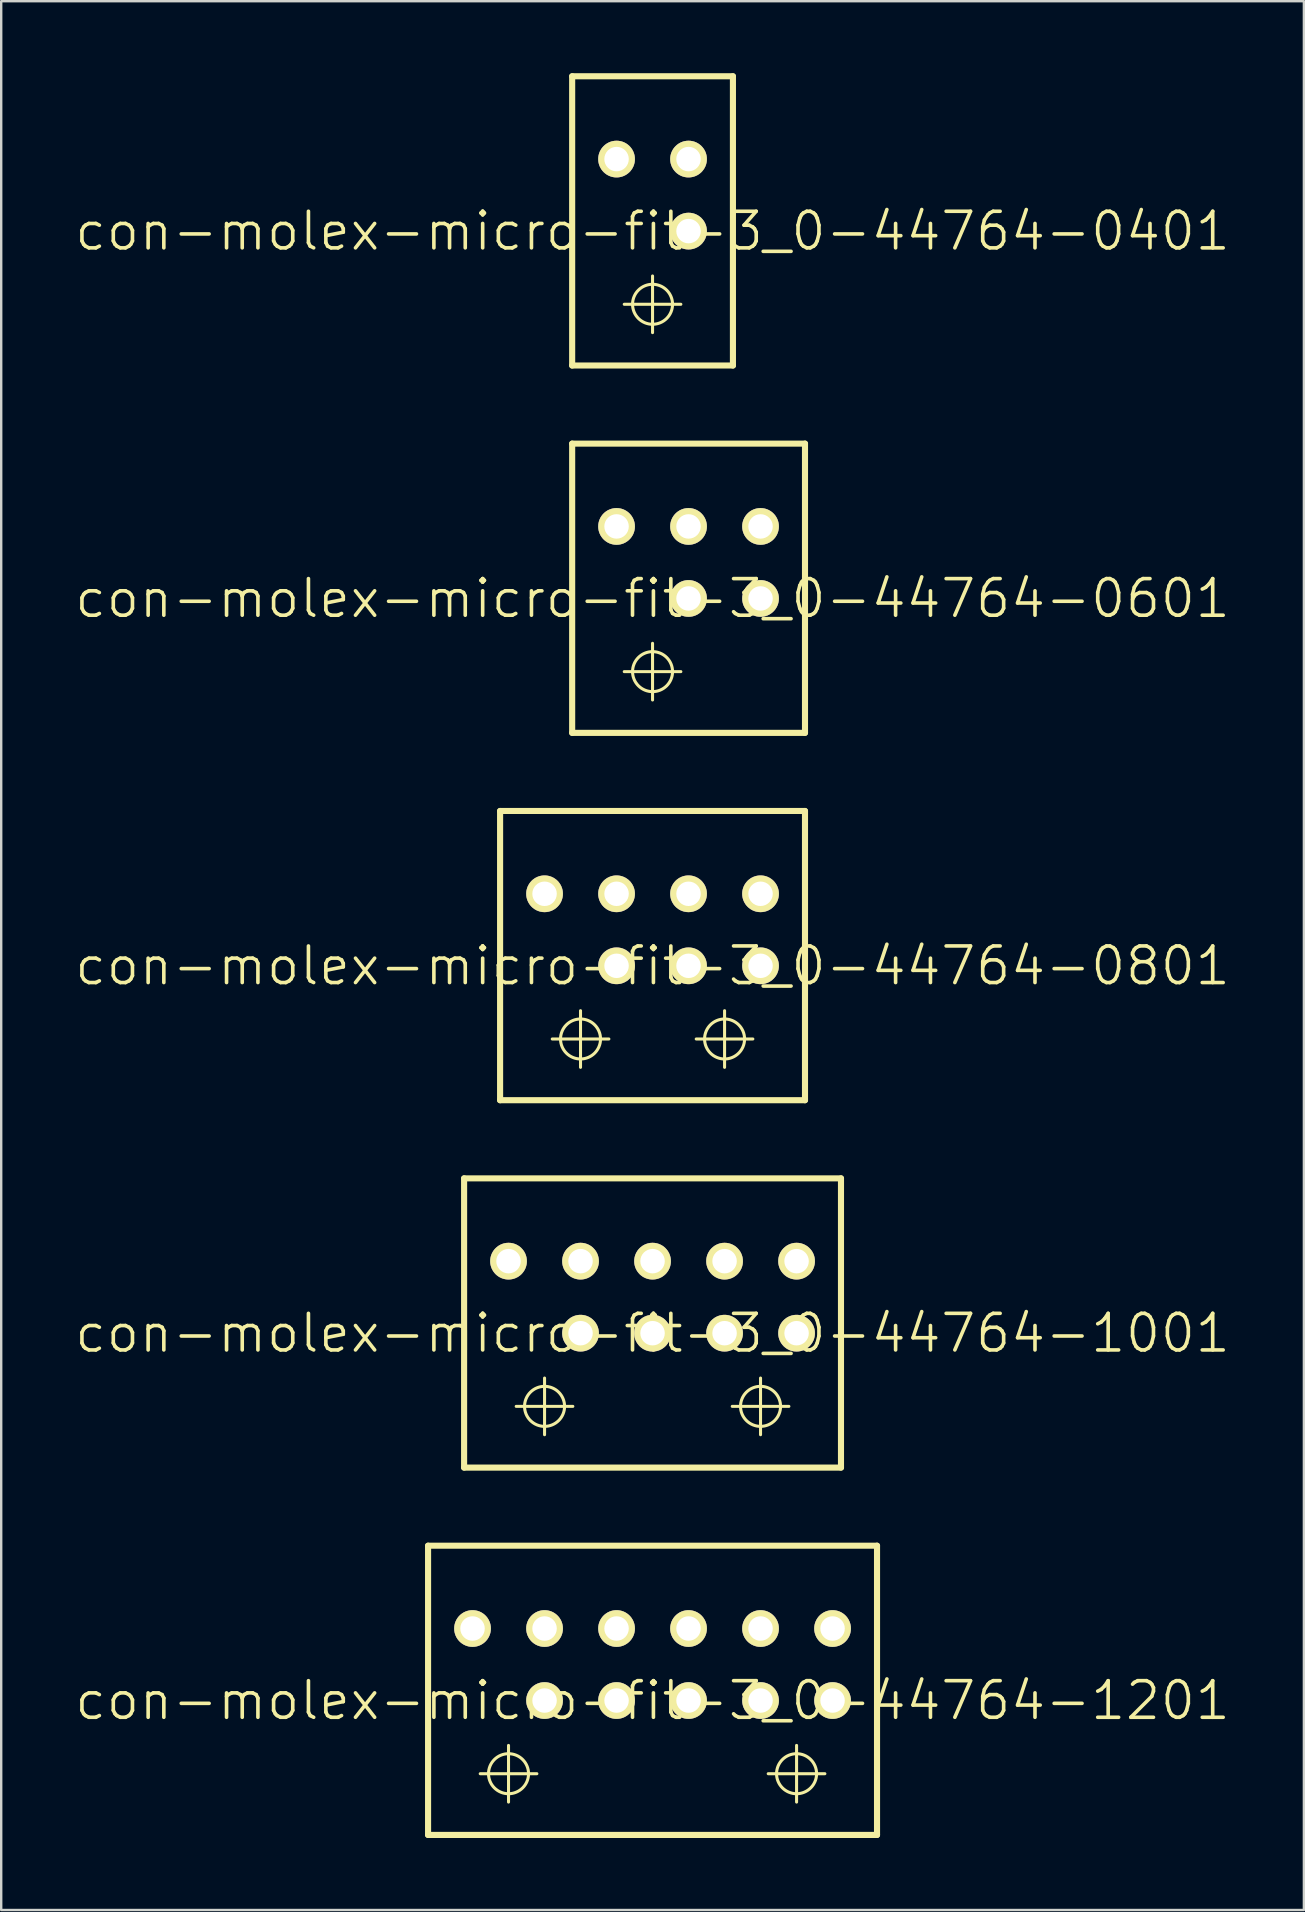
<source format=kicad_pcb>
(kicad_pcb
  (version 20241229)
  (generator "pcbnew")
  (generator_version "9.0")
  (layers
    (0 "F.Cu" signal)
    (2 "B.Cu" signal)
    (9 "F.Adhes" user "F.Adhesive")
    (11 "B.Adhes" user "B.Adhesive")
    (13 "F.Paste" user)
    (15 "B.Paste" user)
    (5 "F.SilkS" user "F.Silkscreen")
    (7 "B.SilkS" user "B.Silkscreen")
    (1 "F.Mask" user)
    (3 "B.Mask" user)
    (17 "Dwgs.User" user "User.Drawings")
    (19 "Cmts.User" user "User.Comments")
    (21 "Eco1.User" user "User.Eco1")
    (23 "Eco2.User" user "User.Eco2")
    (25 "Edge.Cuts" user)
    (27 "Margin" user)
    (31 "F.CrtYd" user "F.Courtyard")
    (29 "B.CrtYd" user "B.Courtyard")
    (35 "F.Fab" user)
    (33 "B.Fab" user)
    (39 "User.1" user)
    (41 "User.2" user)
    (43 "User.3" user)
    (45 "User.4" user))
  (footprint "con-molex-micro-fit-3_0-44764-1001"
    (layer "F.Cu")
    (at 24.13 52.48)
    (property "Reference" "con-molex-micro-fit-3_0-44764-1001" (at 0 0 0) (layer "F.SilkS") (effects (font (size 1.524 1.524) (thickness 0.15))))
    (attr exclude_from_pos_files exclude_from_bom)
    (fp_line (start -7.849 -6.449) (end 7.849 -6.449) (stroke (width 0.254) (type solid)) (layer "F.SilkS"))
    (fp_line (start -7.849 5.598) (end -7.849 -6.449) (stroke (width 0.254) (type solid)) (layer "F.SilkS"))
    (fp_line (start -5.679 3.048) (end -3.32 3.048) (stroke (width 0.127) (type solid)) (layer "F.SilkS"))
    (fp_line (start -4.498 4.229) (end -4.498 1.869) (stroke (width 0.127) (type solid)) (layer "F.SilkS"))
    (fp_line (start 3.32 3.048) (end 5.679 3.048) (stroke (width 0.127) (type solid)) (layer "F.SilkS"))
    (fp_line (start 4.498 4.229) (end 4.498 1.869) (stroke (width 0.127) (type solid)) (layer "F.SilkS"))
    (fp_line (start 7.849 -6.449) (end 7.849 5.598) (stroke (width 0.254) (type solid)) (layer "F.SilkS"))
    (fp_line (start 7.849 5.598) (end -7.849 5.598) (stroke (width 0.254) (type solid)) (layer "F.SilkS"))
    (fp_circle (center -4.498 3.048) (end -5.088 3.637) (stroke (width 0.127) (type solid)) (fill no) (layer "F.SilkS"))
    (fp_circle (center 4.498 3.048) (end 5.088 3.637) (stroke (width 0.127) (type solid)) (fill no) (layer "F.SilkS"))
    (pad "P$1" thru_hole rect (at -5.999 0) (size 0.001 0.001) (drill 1.019) (layers "*.Cu" "F.Mask" "F.SilkS" "F.Paste"))
    (pad "P$2" thru_hole circle (at -3 0) (size 1.529 1.529) (drill 1.019) (layers "*.Cu" "F.Mask" "F.SilkS" "F.Paste"))
    (pad "P$3" thru_hole circle (at 0 0) (size 1.529 1.529) (drill 1.019) (layers "*.Cu" "F.Mask" "F.SilkS" "F.Paste"))
    (pad "P$4" thru_hole circle (at 3 0) (size 1.529 1.529) (drill 1.019) (layers "*.Cu" "F.Mask" "F.SilkS" "F.Paste"))
    (pad "P$5" thru_hole circle (at 5.999 0) (size 1.529 1.529) (drill 1.019) (layers "*.Cu" "F.Mask" "F.SilkS" "F.Paste"))
    (pad "P$6" thru_hole circle (at -5.999 -3) (size 1.529 1.529) (drill 1.019) (layers "*.Cu" "F.Mask" "F.SilkS" "F.Paste"))
    (pad "P$7" thru_hole circle (at -3 -3) (size 1.529 1.529) (drill 1.019) (layers "*.Cu" "F.Mask" "F.SilkS" "F.Paste"))
    (pad "P$8" thru_hole circle (at 0 -3) (size 1.529 1.529) (drill 1.019) (layers "*.Cu" "F.Mask" "F.SilkS" "F.Paste"))
    (pad "P$9" thru_hole circle (at 3 -3) (size 1.529 1.529) (drill 1.019) (layers "*.Cu" "F.Mask" "F.SilkS" "F.Paste"))
    (pad "P$10" thru_hole circle (at 5.999 -3) (size 1.529 1.529) (drill 1.019) (layers "*.Cu" "F.Mask" "F.SilkS" "F.Paste")))
  (footprint "con-molex-micro-fit-3_0-44764-0801"
    (layer "F.Cu")
    (at 24.13 37.178)
    (property "Reference" "con-molex-micro-fit-3_0-44764-0801" (at 0 0 0) (layer "F.SilkS") (effects (font (size 1.524 1.524) (thickness 0.15))))
    (attr exclude_from_pos_files exclude_from_bom)
    (fp_line (start -6.35 -6.449) (end 6.35 -6.449) (stroke (width 0.254) (type solid)) (layer "F.SilkS"))
    (fp_line (start -6.35 5.598) (end -6.35 -6.449) (stroke (width 0.254) (type solid)) (layer "F.SilkS"))
    (fp_line (start -4.178 3.048) (end -1.819 3.048) (stroke (width 0.127) (type solid)) (layer "F.SilkS"))
    (fp_line (start -3 4.229) (end -3 1.869) (stroke (width 0.127) (type solid)) (layer "F.SilkS"))
    (fp_line (start 1.819 3.048) (end 4.178 3.048) (stroke (width 0.127) (type solid)) (layer "F.SilkS"))
    (fp_line (start 3 4.229) (end 3 1.869) (stroke (width 0.127) (type solid)) (layer "F.SilkS"))
    (fp_line (start 6.35 -6.449) (end 6.35 5.598) (stroke (width 0.254) (type solid)) (layer "F.SilkS"))
    (fp_line (start 6.35 5.598) (end -6.35 5.598) (stroke (width 0.254) (type solid)) (layer "F.SilkS"))
    (fp_circle (center -3 3.048) (end -3.589 3.637) (stroke (width 0.127) (type solid)) (fill no) (layer "F.SilkS"))
    (fp_circle (center 3 3.048) (end 3.589 3.637) (stroke (width 0.127) (type solid)) (fill no) (layer "F.SilkS"))
    (pad "P$1" thru_hole rect (at -4.498 0) (size 0.001 0.001) (drill 1.019) (layers "*.Cu" "F.Mask" "F.SilkS" "F.Paste"))
    (pad "P$2" thru_hole circle (at -1.499 0) (size 1.529 1.529) (drill 1.019) (layers "*.Cu" "F.Mask" "F.SilkS" "F.Paste"))
    (pad "P$3" thru_hole circle (at 1.499 0) (size 1.529 1.529) (drill 1.019) (layers "*.Cu" "F.Mask" "F.SilkS" "F.Paste"))
    (pad "P$4" thru_hole circle (at 4.498 0) (size 1.529 1.529) (drill 1.019) (layers "*.Cu" "F.Mask" "F.SilkS" "F.Paste"))
    (pad "P$5" thru_hole circle (at -4.498 -3) (size 1.529 1.529) (drill 1.019) (layers "*.Cu" "F.Mask" "F.SilkS" "F.Paste"))
    (pad "P$6" thru_hole circle (at -1.499 -3) (size 1.529 1.529) (drill 1.019) (layers "*.Cu" "F.Mask" "F.SilkS" "F.Paste"))
    (pad "P$7" thru_hole circle (at 1.499 -3) (size 1.529 1.529) (drill 1.019) (layers "*.Cu" "F.Mask" "F.SilkS" "F.Paste"))
    (pad "P$8" thru_hole circle (at 4.498 -3) (size 1.529 1.529) (drill 1.019) (layers "*.Cu" "F.Mask" "F.SilkS" "F.Paste")))
  (footprint "con-molex-micro-fit-3_0-44764-0401"
    (layer "F.Cu")
    (at 24.13 6.576)
    (property "Reference" "con-molex-micro-fit-3_0-44764-0401" (at 0 0 0) (layer "F.SilkS") (effects (font (size 1.524 1.524) (thickness 0.15))))
    (attr exclude_from_pos_files exclude_from_bom)
    (fp_line (start -3.348 -6.449) (end 3.348 -6.449) (stroke (width 0.254) (type solid)) (layer "F.SilkS"))
    (fp_line (start -3.348 5.598) (end -3.348 -6.449) (stroke (width 0.254) (type solid)) (layer "F.SilkS"))
    (fp_line (start -1.179 3.048) (end 1.179 3.048) (stroke (width 0.127) (type solid)) (layer "F.SilkS"))
    (fp_line (start 0 4.229) (end 0 1.869) (stroke (width 0.127) (type solid)) (layer "F.SilkS"))
    (fp_line (start 3.348 -6.449) (end 3.348 5.598) (stroke (width 0.254) (type solid)) (layer "F.SilkS"))
    (fp_line (start 3.348 5.598) (end -3.348 5.598) (stroke (width 0.254) (type solid)) (layer "F.SilkS"))
    (fp_circle (center 0 3.048) (end -0.589 3.637) (stroke (width 0.127) (type solid)) (fill no) (layer "F.SilkS"))
    (pad "P$1" thru_hole rect (at -1.499 0) (size 0.001 0.001) (drill 1.019) (layers "*.Cu" "F.Mask" "F.SilkS" "F.Paste"))
    (pad "P$2" thru_hole circle (at 1.499 0) (size 1.529 1.529) (drill 1.019) (layers "*.Cu" "F.Mask" "F.SilkS" "F.Paste"))
    (pad "P$3" thru_hole circle (at -1.499 -3) (size 1.529 1.529) (drill 1.019) (layers "*.Cu" "F.Mask" "F.SilkS" "F.Paste"))
    (pad "P$4" thru_hole circle (at 1.499 -3) (size 1.529 1.529) (drill 1.019) (layers "*.Cu" "F.Mask" "F.SilkS" "F.Paste")))
  (footprint "con-molex-micro-fit-3_0-44764-0601"
    (layer "F.Cu")
    (at 24.13 21.877)
    (property "Reference" "con-molex-micro-fit-3_0-44764-0601" (at 0 0 0) (layer "F.SilkS") (effects (font (size 1.524 1.524) (thickness 0.15))))
    (attr exclude_from_pos_files exclude_from_bom)
    (fp_line (start -3.348 -6.449) (end 6.35 -6.449) (stroke (width 0.254) (type solid)) (layer "F.SilkS"))
    (fp_line (start -3.348 5.598) (end -3.348 -6.449) (stroke (width 0.254) (type solid)) (layer "F.SilkS"))
    (fp_line (start -1.179 3.048) (end 1.179 3.048) (stroke (width 0.127) (type solid)) (layer "F.SilkS"))
    (fp_line (start 0 4.229) (end 0 1.869) (stroke (width 0.127) (type solid)) (layer "F.SilkS"))
    (fp_line (start 6.35 -6.449) (end 6.35 5.598) (stroke (width 0.254) (type solid)) (layer "F.SilkS"))
    (fp_line (start 6.35 5.598) (end -3.348 5.598) (stroke (width 0.254) (type solid)) (layer "F.SilkS"))
    (fp_circle (center 0 3.048) (end -0.589 3.637) (stroke (width 0.127) (type solid)) (fill no) (layer "F.SilkS"))
    (pad "P$1" thru_hole rect (at -1.499 0) (size 0.001 0.001) (drill 1.019) (layers "*.Cu" "F.Mask" "F.SilkS" "F.Paste"))
    (pad "P$2" thru_hole circle (at 1.499 0) (size 1.529 1.529) (drill 1.019) (layers "*.Cu" "F.Mask" "F.SilkS" "F.Paste"))
    (pad "P$3" thru_hole circle (at 4.498 0) (size 1.529 1.529) (drill 1.019) (layers "*.Cu" "F.Mask" "F.SilkS" "F.Paste"))
    (pad "P$4" thru_hole circle (at -1.499 -3) (size 1.529 1.529) (drill 1.019) (layers "*.Cu" "F.Mask" "F.SilkS" "F.Paste"))
    (pad "P$5" thru_hole circle (at 1.499 -3) (size 1.529 1.529) (drill 1.019) (layers "*.Cu" "F.Mask" "F.SilkS" "F.Paste"))
    (pad "P$6" thru_hole circle (at 4.498 -3) (size 1.529 1.529) (drill 1.019) (layers "*.Cu" "F.Mask" "F.SilkS" "F.Paste")))
  (footprint "con-molex-micro-fit-3_0-44764-1201"
    (layer "F.Cu")
    (at 24.13 67.781)
    (property "Reference" "con-molex-micro-fit-3_0-44764-1201" (at 0 0 0) (layer "F.SilkS") (effects (font (size 1.524 1.524) (thickness 0.15))))
    (attr exclude_from_pos_files exclude_from_bom)
    (fp_line (start -9.35 -6.449) (end 9.35 -6.449) (stroke (width 0.254) (type solid)) (layer "F.SilkS"))
    (fp_line (start -9.35 5.598) (end -9.35 -6.449) (stroke (width 0.254) (type solid)) (layer "F.SilkS"))
    (fp_line (start -7.178 3.048) (end -4.818 3.048) (stroke (width 0.127) (type solid)) (layer "F.SilkS"))
    (fp_line (start -5.999 4.229) (end -5.999 1.869) (stroke (width 0.127) (type solid)) (layer "F.SilkS"))
    (fp_line (start 4.818 3.048) (end 7.178 3.048) (stroke (width 0.127) (type solid)) (layer "F.SilkS"))
    (fp_line (start 5.999 4.229) (end 5.999 1.869) (stroke (width 0.127) (type solid)) (layer "F.SilkS"))
    (fp_line (start 9.35 -6.449) (end 9.35 5.598) (stroke (width 0.254) (type solid)) (layer "F.SilkS"))
    (fp_line (start 9.35 5.598) (end -9.35 5.598) (stroke (width 0.254) (type solid)) (layer "F.SilkS"))
    (fp_circle (center -5.999 3.048) (end -6.589 3.637) (stroke (width 0.127) (type solid)) (fill no) (layer "F.SilkS"))
    (fp_circle (center 5.999 3.048) (end 6.589 3.637) (stroke (width 0.127) (type solid)) (fill no) (layer "F.SilkS"))
    (pad "P$1" thru_hole rect (at -7.498 0) (size 0.001 0.001) (drill 1.019) (layers "*.Cu" "F.Mask" "F.SilkS" "F.Paste"))
    (pad "P$2" thru_hole circle (at -4.498 0) (size 1.529 1.529) (drill 1.019) (layers "*.Cu" "F.Mask" "F.SilkS" "F.Paste"))
    (pad "P$3" thru_hole circle (at -1.499 0) (size 1.529 1.529) (drill 1.019) (layers "*.Cu" "F.Mask" "F.SilkS" "F.Paste"))
    (pad "P$4" thru_hole circle (at 1.499 0) (size 1.529 1.529) (drill 1.019) (layers "*.Cu" "F.Mask" "F.SilkS" "F.Paste"))
    (pad "P$5" thru_hole circle (at 4.498 0) (size 1.529 1.529) (drill 1.019) (layers "*.Cu" "F.Mask" "F.SilkS" "F.Paste"))
    (pad "P$6" thru_hole circle (at 7.498 0) (size 1.529 1.529) (drill 1.019) (layers "*.Cu" "F.Mask" "F.SilkS" "F.Paste"))
    (pad "P$7" thru_hole circle (at -7.498 -3) (size 1.529 1.529) (drill 1.019) (layers "*.Cu" "F.Mask" "F.SilkS" "F.Paste"))
    (pad "P$8" thru_hole circle (at -4.498 -3) (size 1.529 1.529) (drill 1.019) (layers "*.Cu" "F.Mask" "F.SilkS" "F.Paste"))
    (pad "P$9" thru_hole circle (at -1.499 -3) (size 1.529 1.529) (drill 1.019) (layers "*.Cu" "F.Mask" "F.SilkS" "F.Paste"))
    (pad "P$10" thru_hole circle (at 1.499 -3) (size 1.529 1.529) (drill 1.019) (layers "*.Cu" "F.Mask" "F.SilkS" "F.Paste"))
    (pad "P$11" thru_hole circle (at 4.498 -3) (size 1.529 1.529) (drill 1.019) (layers "*.Cu" "F.Mask" "F.SilkS" "F.Paste"))
    (pad "P$12" thru_hole circle (at 7.498 -3) (size 1.529 1.529) (drill 1.019) (layers "*.Cu" "F.Mask" "F.SilkS" "F.Paste")))
  (gr_rect
    (start -3 -3)
    (end 51.26 76.506)
    (stroke (width 0.1) (type default))
    (fill no)
    (layer "Edge.Cuts")))
</source>
